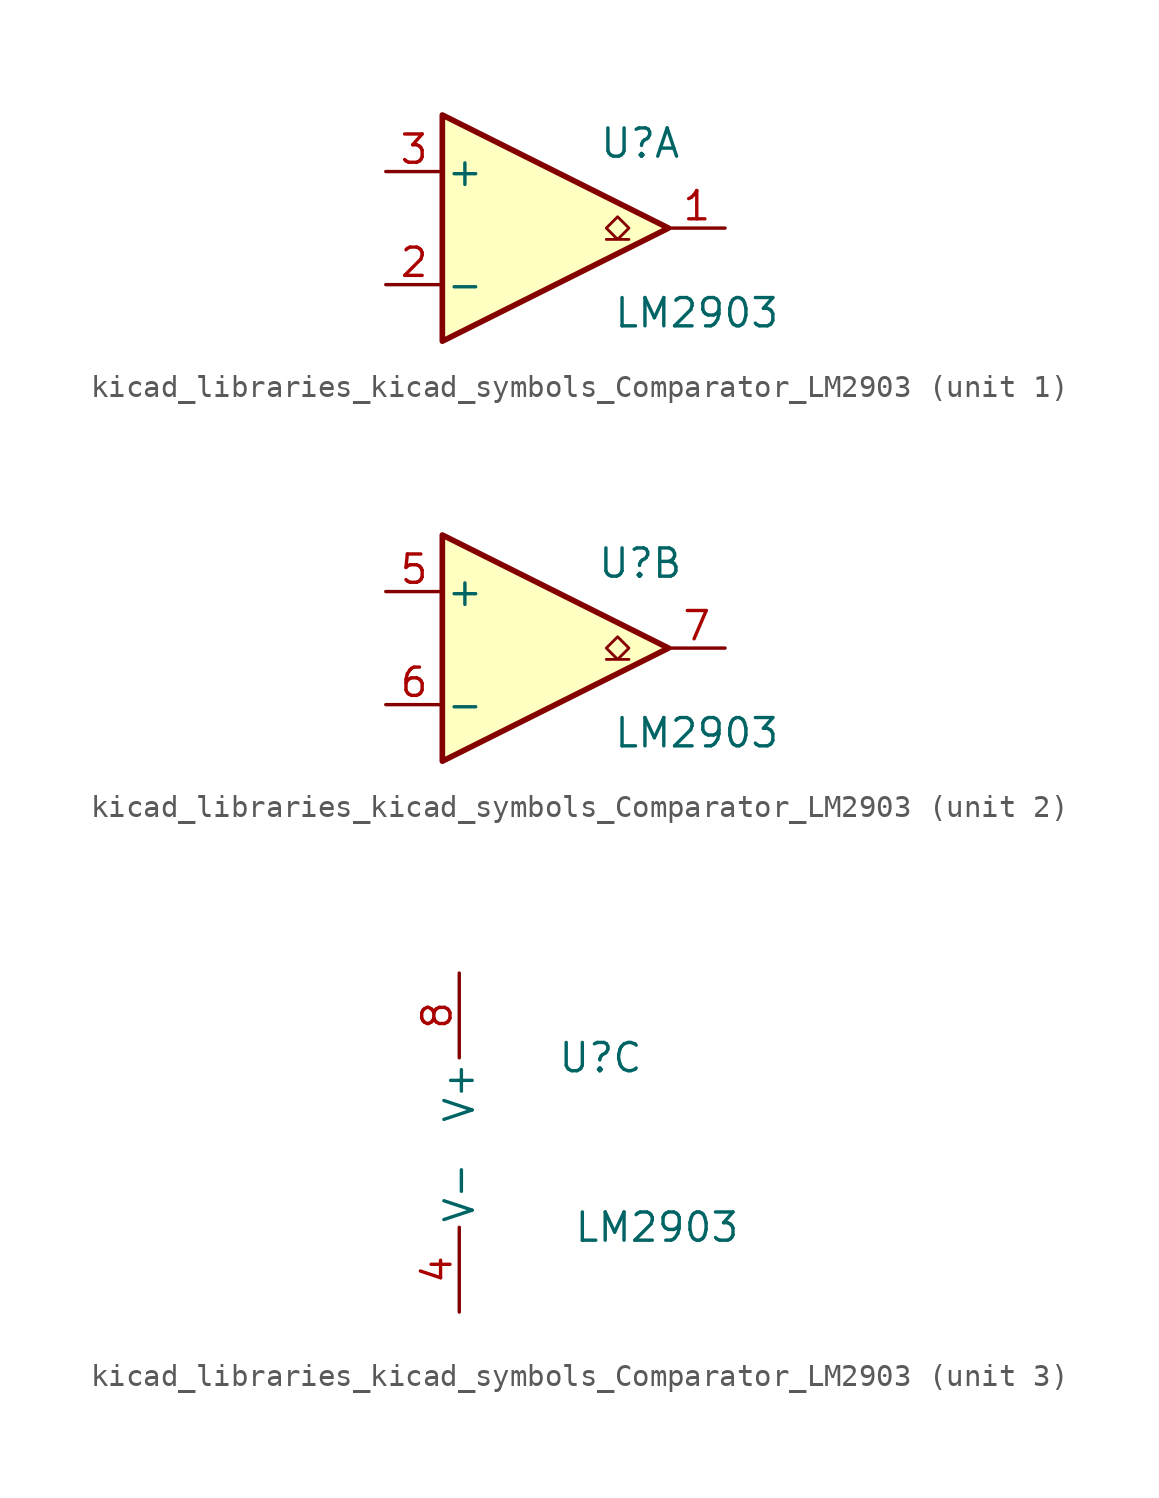
<source format=kicad_sym>
(kicad_symbol_lib
  (version 20220914)
  (generator kicad_symbol_editor)
  (symbol "kicad_libraries_kicad_symbols_Comparator_LM2903"
    (pin_names
      (offset 0.127))
    (property "Reference" "U"
      (at 3.81 3.81 0)
      (effects (font (size 1.27 1.27))))
    (property "Value" "LM2903"
      (at 6.35 -3.81 0)
      (effects (font (size 1.27 1.27))))
    (property "ki_locked" ""
      (at 0 0 0)
      (effects (font (size 1.27 1.27))))
    (symbol "kicad_libraries_kicad_symbols_Comparator_LM2903_1_1"
      (polyline (pts (xy -5.08 5.08) (xy 5.08 0) (xy -5.08 -5.08) (xy -5.08 5.08)) (stroke (width 0.254) (type default)) (fill (type background)))
      (polyline (pts (xy 3.302 -0.508) (xy 2.794 -0.508) (xy 3.302 0) (xy 2.794 0.508) (xy 2.286 0) (xy 2.794 -0.508) (xy 2.286 -0.508)) (stroke (width 0.127) (type default)) (fill (type none)))
      (pin open_collector line (at 7.62 0 180) (length 2.54) (name "~" (effects (font (size 1.27 1.27)))) (number "1" (effects (font (size 1.27 1.27)))))
      (pin input line (at -7.62 -2.54 0) (length 2.54) (name "-" (effects (font (size 1.27 1.27)))) (number "2" (effects (font (size 1.27 1.27)))))
      (pin input line (at -7.62 2.54 0) (length 2.54) (name "+" (effects (font (size 1.27 1.27)))) (number "3" (effects (font (size 1.27 1.27))))))
    (symbol "kicad_libraries_kicad_symbols_Comparator_LM2903_2_1"
      (polyline (pts (xy -5.08 5.08) (xy 5.08 0) (xy -5.08 -5.08) (xy -5.08 5.08)) (stroke (width 0.254) (type default)) (fill (type background)))
      (polyline (pts (xy 3.302 -0.508) (xy 2.794 -0.508) (xy 3.302 0) (xy 2.794 0.508) (xy 2.286 0) (xy 2.794 -0.508) (xy 2.286 -0.508)) (stroke (width 0.127) (type default)) (fill (type none)))
      (pin input line (at -7.62 2.54 0) (length 2.54) (name "+" (effects (font (size 1.27 1.27)))) (number "5" (effects (font (size 1.27 1.27)))))
      (pin input line (at -7.62 -2.54 0) (length 2.54) (name "-" (effects (font (size 1.27 1.27)))) (number "6" (effects (font (size 1.27 1.27)))))
      (pin open_collector line (at 7.62 0 180) (length 2.54) (name "~" (effects (font (size 1.27 1.27)))) (number "7" (effects (font (size 1.27 1.27))))))
    (symbol "kicad_libraries_kicad_symbols_Comparator_LM2903_3_1"
      (pin power_in line (at -2.54 -7.62 90) (length 3.81) (name "V-" (effects (font (size 1.27 1.27)))) (number "4" (effects (font (size 1.27 1.27)))))
      (pin power_in line (at -2.54 7.62 270) (length 3.81) (name "V+" (effects (font (size 1.27 1.27)))) (number "8" (effects (font (size 1.27 1.27))))))))
</source>
